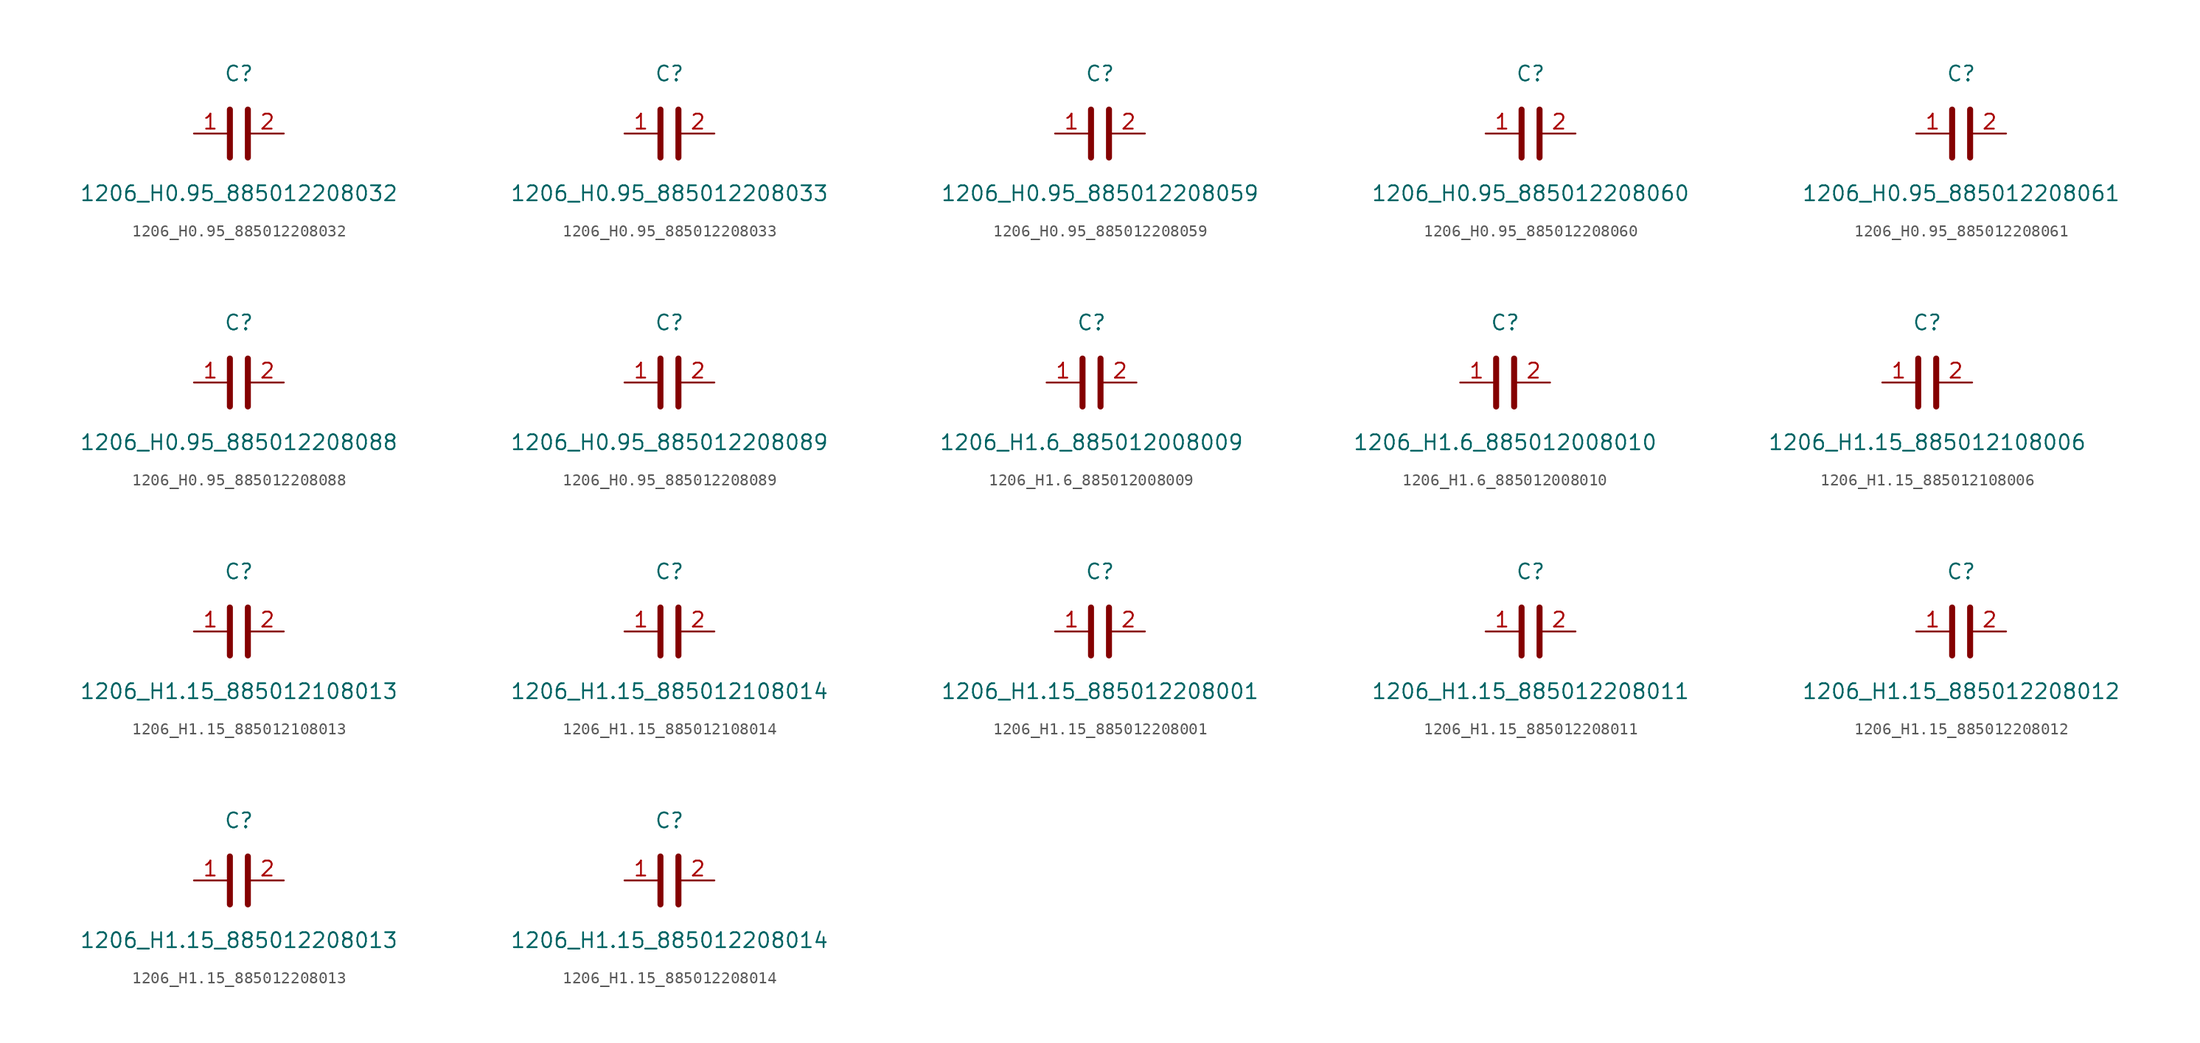
<source format=kicad_sym>
(kicad_symbol_lib
  (version 20220914)
  (generator kicad_symbol_editor)
  (symbol "1206_H0.95_885012208032"
    (pin_names hide)
    (property "Reference" "C"
      (at 0 5.08 0)
      (effects (font (size 1.27 1.27))))
    (property "Value" "1206_H0.95_885012208032"
      (at 0 -5.08 0)
      (effects (font (size 1.27 1.27))))
    (symbol "1206_H0.95_885012208032_0_1"
      (polyline (pts (xy -0.762 -2.032) (xy -0.762 2.032)) (stroke (width 0.508) (type default)) (fill (type none)))
      (polyline (pts (xy 0.762 -2.032) (xy 0.762 2.032)) (stroke (width 0.508) (type default)) (fill (type none))))
    (symbol "1206_H0.95_885012208032_1_1"
      (pin passive line (at -3.81 0 0) (length 2.794) (name "1" (effects (font (size 1.27 1.27)))) (number "1" (effects (font (size 1.27 1.27)))))
      (pin passive line (at 3.81 0 180) (length 2.794) (name "2" (effects (font (size 1.27 1.27)))) (number "2" (effects (font (size 1.27 1.27)))))))
  (symbol "1206_H0.95_885012208033"
    (pin_names hide)
    (property "Reference" "C"
      (at 0 5.08 0)
      (effects (font (size 1.27 1.27))))
    (property "Value" "1206_H0.95_885012208033"
      (at 0 -5.08 0)
      (effects (font (size 1.27 1.27))))
    (symbol "1206_H0.95_885012208033_0_1"
      (polyline (pts (xy -0.762 -2.032) (xy -0.762 2.032)) (stroke (width 0.508) (type default)) (fill (type none)))
      (polyline (pts (xy 0.762 -2.032) (xy 0.762 2.032)) (stroke (width 0.508) (type default)) (fill (type none))))
    (symbol "1206_H0.95_885012208033_1_1"
      (pin passive line (at -3.81 0 0) (length 2.794) (name "1" (effects (font (size 1.27 1.27)))) (number "1" (effects (font (size 1.27 1.27)))))
      (pin passive line (at 3.81 0 180) (length 2.794) (name "2" (effects (font (size 1.27 1.27)))) (number "2" (effects (font (size 1.27 1.27)))))))
  (symbol "1206_H0.95_885012208059"
    (pin_names hide)
    (property "Reference" "C"
      (at 0 5.08 0)
      (effects (font (size 1.27 1.27))))
    (property "Value" "1206_H0.95_885012208059"
      (at 0 -5.08 0)
      (effects (font (size 1.27 1.27))))
    (symbol "1206_H0.95_885012208059_0_1"
      (polyline (pts (xy -0.762 -2.032) (xy -0.762 2.032)) (stroke (width 0.508) (type default)) (fill (type none)))
      (polyline (pts (xy 0.762 -2.032) (xy 0.762 2.032)) (stroke (width 0.508) (type default)) (fill (type none))))
    (symbol "1206_H0.95_885012208059_1_1"
      (pin passive line (at -3.81 0 0) (length 2.794) (name "1" (effects (font (size 1.27 1.27)))) (number "1" (effects (font (size 1.27 1.27)))))
      (pin passive line (at 3.81 0 180) (length 2.794) (name "2" (effects (font (size 1.27 1.27)))) (number "2" (effects (font (size 1.27 1.27)))))))
  (symbol "1206_H0.95_885012208060"
    (pin_names hide)
    (property "Reference" "C"
      (at 0 5.08 0)
      (effects (font (size 1.27 1.27))))
    (property "Value" "1206_H0.95_885012208060"
      (at 0 -5.08 0)
      (effects (font (size 1.27 1.27))))
    (symbol "1206_H0.95_885012208060_0_1"
      (polyline (pts (xy -0.762 -2.032) (xy -0.762 2.032)) (stroke (width 0.508) (type default)) (fill (type none)))
      (polyline (pts (xy 0.762 -2.032) (xy 0.762 2.032)) (stroke (width 0.508) (type default)) (fill (type none))))
    (symbol "1206_H0.95_885012208060_1_1"
      (pin passive line (at -3.81 0 0) (length 2.794) (name "1" (effects (font (size 1.27 1.27)))) (number "1" (effects (font (size 1.27 1.27)))))
      (pin passive line (at 3.81 0 180) (length 2.794) (name "2" (effects (font (size 1.27 1.27)))) (number "2" (effects (font (size 1.27 1.27)))))))
  (symbol "1206_H0.95_885012208061"
    (pin_names hide)
    (property "Reference" "C"
      (at 0 5.08 0)
      (effects (font (size 1.27 1.27))))
    (property "Value" "1206_H0.95_885012208061"
      (at 0 -5.08 0)
      (effects (font (size 1.27 1.27))))
    (symbol "1206_H0.95_885012208061_0_1"
      (polyline (pts (xy -0.762 -2.032) (xy -0.762 2.032)) (stroke (width 0.508) (type default)) (fill (type none)))
      (polyline (pts (xy 0.762 -2.032) (xy 0.762 2.032)) (stroke (width 0.508) (type default)) (fill (type none))))
    (symbol "1206_H0.95_885012208061_1_1"
      (pin passive line (at -3.81 0 0) (length 2.794) (name "1" (effects (font (size 1.27 1.27)))) (number "1" (effects (font (size 1.27 1.27)))))
      (pin passive line (at 3.81 0 180) (length 2.794) (name "2" (effects (font (size 1.27 1.27)))) (number "2" (effects (font (size 1.27 1.27)))))))
  (symbol "1206_H0.95_885012208088"
    (pin_names hide)
    (property "Reference" "C"
      (at 0 5.08 0)
      (effects (font (size 1.27 1.27))))
    (property "Value" "1206_H0.95_885012208088"
      (at 0 -5.08 0)
      (effects (font (size 1.27 1.27))))
    (symbol "1206_H0.95_885012208088_0_1"
      (polyline (pts (xy -0.762 -2.032) (xy -0.762 2.032)) (stroke (width 0.508) (type default)) (fill (type none)))
      (polyline (pts (xy 0.762 -2.032) (xy 0.762 2.032)) (stroke (width 0.508) (type default)) (fill (type none))))
    (symbol "1206_H0.95_885012208088_1_1"
      (pin passive line (at -3.81 0 0) (length 2.794) (name "1" (effects (font (size 1.27 1.27)))) (number "1" (effects (font (size 1.27 1.27)))))
      (pin passive line (at 3.81 0 180) (length 2.794) (name "2" (effects (font (size 1.27 1.27)))) (number "2" (effects (font (size 1.27 1.27)))))))
  (symbol "1206_H0.95_885012208089"
    (pin_names hide)
    (property "Reference" "C"
      (at 0 5.08 0)
      (effects (font (size 1.27 1.27))))
    (property "Value" "1206_H0.95_885012208089"
      (at 0 -5.08 0)
      (effects (font (size 1.27 1.27))))
    (symbol "1206_H0.95_885012208089_0_1"
      (polyline (pts (xy -0.762 -2.032) (xy -0.762 2.032)) (stroke (width 0.508) (type default)) (fill (type none)))
      (polyline (pts (xy 0.762 -2.032) (xy 0.762 2.032)) (stroke (width 0.508) (type default)) (fill (type none))))
    (symbol "1206_H0.95_885012208089_1_1"
      (pin passive line (at -3.81 0 0) (length 2.794) (name "1" (effects (font (size 1.27 1.27)))) (number "1" (effects (font (size 1.27 1.27)))))
      (pin passive line (at 3.81 0 180) (length 2.794) (name "2" (effects (font (size 1.27 1.27)))) (number "2" (effects (font (size 1.27 1.27)))))))
  (symbol "1206_H1.6_885012008009"
    (pin_names hide)
    (property "Reference" "C"
      (at 0 5.08 0)
      (effects (font (size 1.27 1.27))))
    (property "Value" "1206_H1.6_885012008009"
      (at 0 -5.08 0)
      (effects (font (size 1.27 1.27))))
    (symbol "1206_H1.6_885012008009_0_1"
      (polyline (pts (xy -0.762 -2.032) (xy -0.762 2.032)) (stroke (width 0.508) (type default)) (fill (type none)))
      (polyline (pts (xy 0.762 -2.032) (xy 0.762 2.032)) (stroke (width 0.508) (type default)) (fill (type none))))
    (symbol "1206_H1.6_885012008009_1_1"
      (pin passive line (at -3.81 0 0) (length 2.794) (name "1" (effects (font (size 1.27 1.27)))) (number "1" (effects (font (size 1.27 1.27)))))
      (pin passive line (at 3.81 0 180) (length 2.794) (name "2" (effects (font (size 1.27 1.27)))) (number "2" (effects (font (size 1.27 1.27)))))))
  (symbol "1206_H1.6_885012008010"
    (pin_names hide)
    (property "Reference" "C"
      (at 0 5.08 0)
      (effects (font (size 1.27 1.27))))
    (property "Value" "1206_H1.6_885012008010"
      (at 0 -5.08 0)
      (effects (font (size 1.27 1.27))))
    (symbol "1206_H1.6_885012008010_0_1"
      (polyline (pts (xy -0.762 -2.032) (xy -0.762 2.032)) (stroke (width 0.508) (type default)) (fill (type none)))
      (polyline (pts (xy 0.762 -2.032) (xy 0.762 2.032)) (stroke (width 0.508) (type default)) (fill (type none))))
    (symbol "1206_H1.6_885012008010_1_1"
      (pin passive line (at -3.81 0 0) (length 2.794) (name "1" (effects (font (size 1.27 1.27)))) (number "1" (effects (font (size 1.27 1.27)))))
      (pin passive line (at 3.81 0 180) (length 2.794) (name "2" (effects (font (size 1.27 1.27)))) (number "2" (effects (font (size 1.27 1.27)))))))
  (symbol "1206_H1.15_885012108006"
    (pin_names hide)
    (property "Reference" "C"
      (at 0 5.08 0)
      (effects (font (size 1.27 1.27))))
    (property "Value" "1206_H1.15_885012108006"
      (at 0 -5.08 0)
      (effects (font (size 1.27 1.27))))
    (symbol "1206_H1.15_885012108006_0_1"
      (polyline (pts (xy -0.762 -2.032) (xy -0.762 2.032)) (stroke (width 0.508) (type default)) (fill (type none)))
      (polyline (pts (xy 0.762 -2.032) (xy 0.762 2.032)) (stroke (width 0.508) (type default)) (fill (type none))))
    (symbol "1206_H1.15_885012108006_1_1"
      (pin passive line (at -3.81 0 0) (length 2.794) (name "1" (effects (font (size 1.27 1.27)))) (number "1" (effects (font (size 1.27 1.27)))))
      (pin passive line (at 3.81 0 180) (length 2.794) (name "2" (effects (font (size 1.27 1.27)))) (number "2" (effects (font (size 1.27 1.27)))))))
  (symbol "1206_H1.15_885012108013"
    (pin_names hide)
    (property "Reference" "C"
      (at 0 5.08 0)
      (effects (font (size 1.27 1.27))))
    (property "Value" "1206_H1.15_885012108013"
      (at 0 -5.08 0)
      (effects (font (size 1.27 1.27))))
    (symbol "1206_H1.15_885012108013_0_1"
      (polyline (pts (xy -0.762 -2.032) (xy -0.762 2.032)) (stroke (width 0.508) (type default)) (fill (type none)))
      (polyline (pts (xy 0.762 -2.032) (xy 0.762 2.032)) (stroke (width 0.508) (type default)) (fill (type none))))
    (symbol "1206_H1.15_885012108013_1_1"
      (pin passive line (at -3.81 0 0) (length 2.794) (name "1" (effects (font (size 1.27 1.27)))) (number "1" (effects (font (size 1.27 1.27)))))
      (pin passive line (at 3.81 0 180) (length 2.794) (name "2" (effects (font (size 1.27 1.27)))) (number "2" (effects (font (size 1.27 1.27)))))))
  (symbol "1206_H1.15_885012108014"
    (pin_names hide)
    (property "Reference" "C"
      (at 0 5.08 0)
      (effects (font (size 1.27 1.27))))
    (property "Value" "1206_H1.15_885012108014"
      (at 0 -5.08 0)
      (effects (font (size 1.27 1.27))))
    (symbol "1206_H1.15_885012108014_0_1"
      (polyline (pts (xy -0.762 -2.032) (xy -0.762 2.032)) (stroke (width 0.508) (type default)) (fill (type none)))
      (polyline (pts (xy 0.762 -2.032) (xy 0.762 2.032)) (stroke (width 0.508) (type default)) (fill (type none))))
    (symbol "1206_H1.15_885012108014_1_1"
      (pin passive line (at -3.81 0 0) (length 2.794) (name "1" (effects (font (size 1.27 1.27)))) (number "1" (effects (font (size 1.27 1.27)))))
      (pin passive line (at 3.81 0 180) (length 2.794) (name "2" (effects (font (size 1.27 1.27)))) (number "2" (effects (font (size 1.27 1.27)))))))
  (symbol "1206_H1.15_885012208001"
    (pin_names hide)
    (property "Reference" "C"
      (at 0 5.08 0)
      (effects (font (size 1.27 1.27))))
    (property "Value" "1206_H1.15_885012208001"
      (at 0 -5.08 0)
      (effects (font (size 1.27 1.27))))
    (symbol "1206_H1.15_885012208001_0_1"
      (polyline (pts (xy -0.762 -2.032) (xy -0.762 2.032)) (stroke (width 0.508) (type default)) (fill (type none)))
      (polyline (pts (xy 0.762 -2.032) (xy 0.762 2.032)) (stroke (width 0.508) (type default)) (fill (type none))))
    (symbol "1206_H1.15_885012208001_1_1"
      (pin passive line (at -3.81 0 0) (length 2.794) (name "1" (effects (font (size 1.27 1.27)))) (number "1" (effects (font (size 1.27 1.27)))))
      (pin passive line (at 3.81 0 180) (length 2.794) (name "2" (effects (font (size 1.27 1.27)))) (number "2" (effects (font (size 1.27 1.27)))))))
  (symbol "1206_H1.15_885012208011"
    (pin_names hide)
    (property "Reference" "C"
      (at 0 5.08 0)
      (effects (font (size 1.27 1.27))))
    (property "Value" "1206_H1.15_885012208011"
      (at 0 -5.08 0)
      (effects (font (size 1.27 1.27))))
    (symbol "1206_H1.15_885012208011_0_1"
      (polyline (pts (xy -0.762 -2.032) (xy -0.762 2.032)) (stroke (width 0.508) (type default)) (fill (type none)))
      (polyline (pts (xy 0.762 -2.032) (xy 0.762 2.032)) (stroke (width 0.508) (type default)) (fill (type none))))
    (symbol "1206_H1.15_885012208011_1_1"
      (pin passive line (at -3.81 0 0) (length 2.794) (name "1" (effects (font (size 1.27 1.27)))) (number "1" (effects (font (size 1.27 1.27)))))
      (pin passive line (at 3.81 0 180) (length 2.794) (name "2" (effects (font (size 1.27 1.27)))) (number "2" (effects (font (size 1.27 1.27)))))))
  (symbol "1206_H1.15_885012208012"
    (pin_names hide)
    (property "Reference" "C"
      (at 0 5.08 0)
      (effects (font (size 1.27 1.27))))
    (property "Value" "1206_H1.15_885012208012"
      (at 0 -5.08 0)
      (effects (font (size 1.27 1.27))))
    (symbol "1206_H1.15_885012208012_0_1"
      (polyline (pts (xy -0.762 -2.032) (xy -0.762 2.032)) (stroke (width 0.508) (type default)) (fill (type none)))
      (polyline (pts (xy 0.762 -2.032) (xy 0.762 2.032)) (stroke (width 0.508) (type default)) (fill (type none))))
    (symbol "1206_H1.15_885012208012_1_1"
      (pin passive line (at -3.81 0 0) (length 2.794) (name "1" (effects (font (size 1.27 1.27)))) (number "1" (effects (font (size 1.27 1.27)))))
      (pin passive line (at 3.81 0 180) (length 2.794) (name "2" (effects (font (size 1.27 1.27)))) (number "2" (effects (font (size 1.27 1.27)))))))
  (symbol "1206_H1.15_885012208013"
    (pin_names hide)
    (property "Reference" "C"
      (at 0 5.08 0)
      (effects (font (size 1.27 1.27))))
    (property "Value" "1206_H1.15_885012208013"
      (at 0 -5.08 0)
      (effects (font (size 1.27 1.27))))
    (symbol "1206_H1.15_885012208013_0_1"
      (polyline (pts (xy -0.762 -2.032) (xy -0.762 2.032)) (stroke (width 0.508) (type default)) (fill (type none)))
      (polyline (pts (xy 0.762 -2.032) (xy 0.762 2.032)) (stroke (width 0.508) (type default)) (fill (type none))))
    (symbol "1206_H1.15_885012208013_1_1"
      (pin passive line (at -3.81 0 0) (length 2.794) (name "1" (effects (font (size 1.27 1.27)))) (number "1" (effects (font (size 1.27 1.27)))))
      (pin passive line (at 3.81 0 180) (length 2.794) (name "2" (effects (font (size 1.27 1.27)))) (number "2" (effects (font (size 1.27 1.27)))))))
  (symbol "1206_H1.15_885012208014"
    (pin_names hide)
    (property "Reference" "C"
      (at 0 5.08 0)
      (effects (font (size 1.27 1.27))))
    (property "Value" "1206_H1.15_885012208014"
      (at 0 -5.08 0)
      (effects (font (size 1.27 1.27))))
    (symbol "1206_H1.15_885012208014_0_1"
      (polyline (pts (xy -0.762 -2.032) (xy -0.762 2.032)) (stroke (width 0.508) (type default)) (fill (type none)))
      (polyline (pts (xy 0.762 -2.032) (xy 0.762 2.032)) (stroke (width 0.508) (type default)) (fill (type none))))
    (symbol "1206_H1.15_885012208014_1_1"
      (pin passive line (at -3.81 0 0) (length 2.794) (name "1" (effects (font (size 1.27 1.27)))) (number "1" (effects (font (size 1.27 1.27)))))
      (pin passive line (at 3.81 0 180) (length 2.794) (name "2" (effects (font (size 1.27 1.27)))) (number "2" (effects (font (size 1.27 1.27))))))))
</source>
